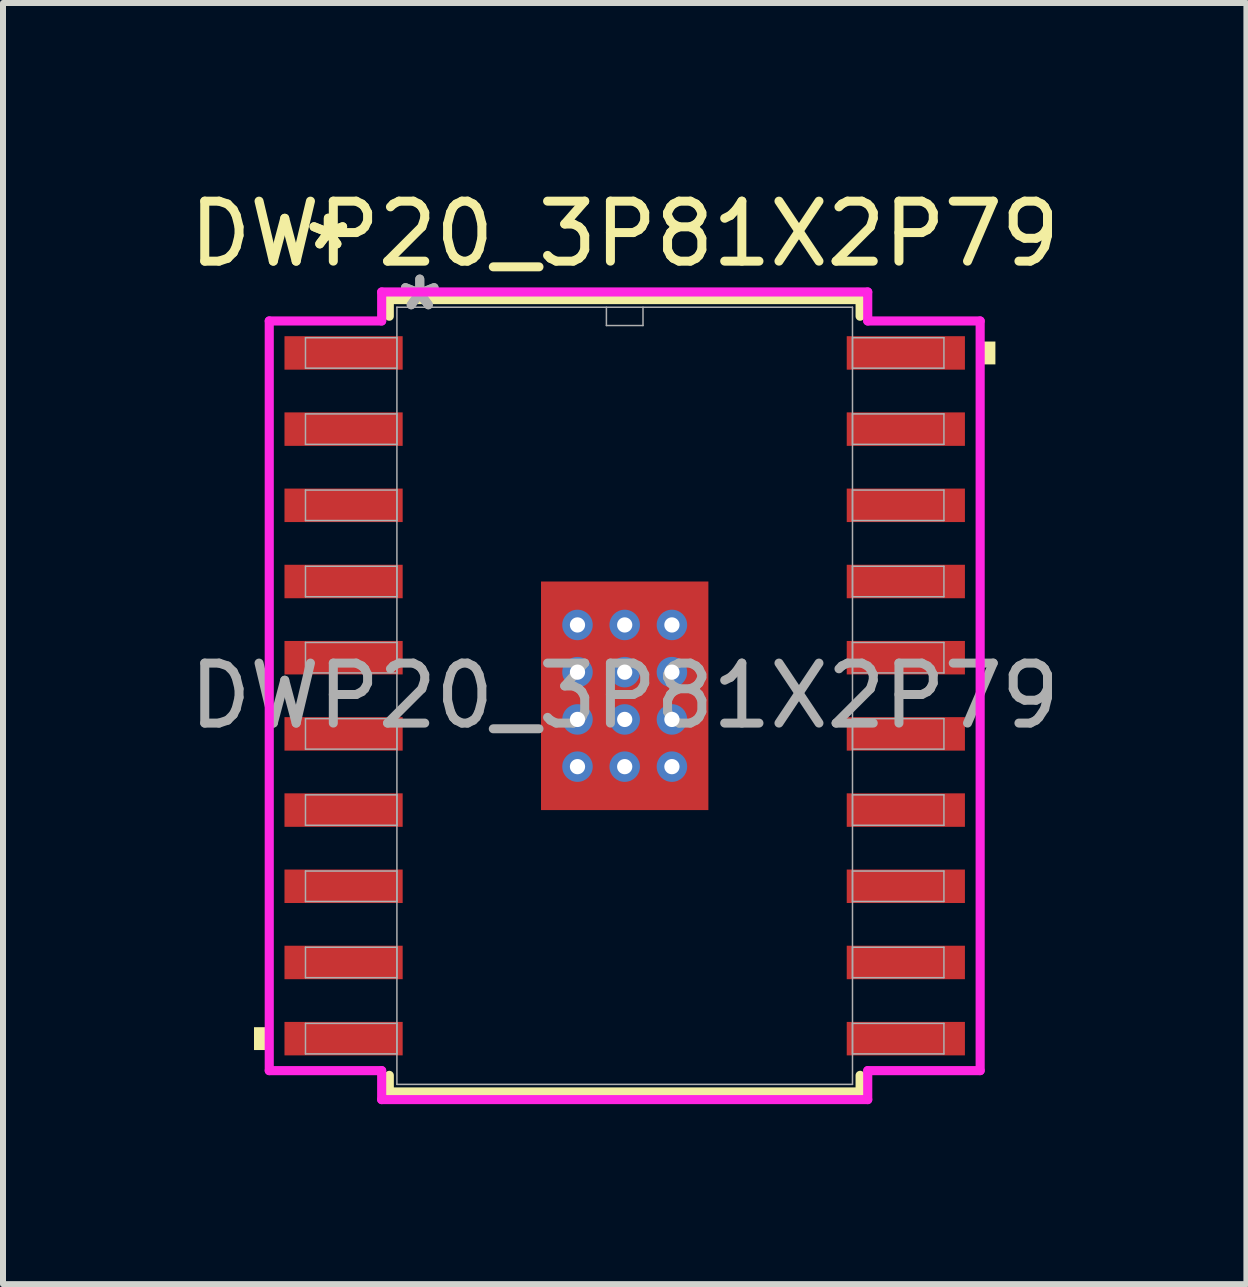
<source format=kicad_pcb>
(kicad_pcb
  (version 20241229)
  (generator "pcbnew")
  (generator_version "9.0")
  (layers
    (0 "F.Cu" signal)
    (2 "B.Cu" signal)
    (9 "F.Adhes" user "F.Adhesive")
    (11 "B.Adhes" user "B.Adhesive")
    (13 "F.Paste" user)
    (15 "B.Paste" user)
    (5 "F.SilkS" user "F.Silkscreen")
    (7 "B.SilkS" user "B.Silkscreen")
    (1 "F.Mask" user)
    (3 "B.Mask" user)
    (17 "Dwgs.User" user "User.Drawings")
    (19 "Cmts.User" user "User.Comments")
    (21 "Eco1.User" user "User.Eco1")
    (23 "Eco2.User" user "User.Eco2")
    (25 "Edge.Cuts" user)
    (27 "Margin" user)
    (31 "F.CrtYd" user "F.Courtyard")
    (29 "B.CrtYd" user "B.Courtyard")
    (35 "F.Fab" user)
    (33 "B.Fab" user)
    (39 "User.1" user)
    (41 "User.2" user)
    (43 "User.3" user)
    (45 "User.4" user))
  (footprint "DWP20_3P81X2P79"
    (layer "F.Cu")
    (at 7.363 8.548)
    (property "Reference" "DWP20_3P81X2P79" (at 0 -7.7 0) (unlocked yes) (layer "F.SilkS") (effects (font (size 1 1) (thickness 0.15))))
    (attr smd)
    (fp_poly (pts (xy -1.458 -1.968) (xy -0.987 -1.968) (xy -0.987 1.968) (xy -1.458 1.968)) (stroke (width 0) (type solid)) (fill yes) (layer "F.Mask"))
    (fp_poly (pts (xy -1.458 -1.968) (xy 1.458 -1.968) (xy 1.458 -1.381) (xy -1.458 -1.381)) (stroke (width 0) (type solid)) (fill yes) (layer "F.Mask"))
    (fp_poly (pts (xy -1.458 -0.981) (xy 1.458 -0.981) (xy 1.458 -0.594) (xy -1.458 -0.594)) (stroke (width 0) (type solid)) (fill yes) (layer "F.Mask"))
    (fp_poly (pts (xy -1.458 -0.194) (xy 1.458 -0.194) (xy 1.458 0.194) (xy -1.458 0.194)) (stroke (width 0) (type solid)) (fill yes) (layer "F.Mask"))
    (fp_poly (pts (xy -1.458 0.594) (xy 1.458 0.594) (xy 1.458 0.981) (xy -1.458 0.981)) (stroke (width 0) (type solid)) (fill yes) (layer "F.Mask"))
    (fp_poly (pts (xy -1.458 1.381) (xy 1.458 1.381) (xy 1.458 1.968) (xy -1.458 1.968)) (stroke (width 0) (type solid)) (fill yes) (layer "F.Mask"))
    (fp_poly (pts (xy -0.2 -1.968) (xy -0.587 -1.968) (xy -0.587 1.968) (xy -0.2 1.968)) (stroke (width 0) (type solid)) (fill yes) (layer "F.Mask"))
    (fp_poly (pts (xy 0.587 -1.968) (xy 0.2 -1.968) (xy 0.2 1.968) (xy 0.587 1.968)) (stroke (width 0) (type solid)) (fill yes) (layer "F.Mask"))
    (fp_poly (pts (xy 0.987 -1.968) (xy 1.458 -1.968) (xy 1.458 1.968) (xy 0.987 1.968)) (stroke (width 0) (type solid)) (fill yes) (layer "F.Mask"))
    (fp_line (start -3.924 -6.604) (end -3.924 -6.327) (stroke (width 0.152) (type solid)) (layer "F.SilkS"))
    (fp_line (start -3.924 6.327) (end -3.924 6.604) (stroke (width 0.152) (type solid)) (layer "F.SilkS"))
    (fp_line (start -3.924 6.604) (end 3.924 6.604) (stroke (width 0.152) (type solid)) (layer "F.SilkS"))
    (fp_line (start 3.924 -6.604) (end -3.924 -6.604) (stroke (width 0.152) (type solid)) (layer "F.SilkS"))
    (fp_line (start 3.924 -6.327) (end 3.924 -6.604) (stroke (width 0.152) (type solid)) (layer "F.SilkS"))
    (fp_line (start 3.924 6.604) (end 3.924 6.327) (stroke (width 0.152) (type solid)) (layer "F.SilkS"))
    (fp_poly (pts (xy -6.179 5.524) (xy -6.179 5.905) (xy -5.925 5.905) (xy -5.925 5.524)) (stroke (width 0) (type solid)) (fill yes) (layer "F.SilkS"))
    (fp_poly (pts (xy 6.179 -5.905) (xy 6.179 -5.524) (xy 5.925 -5.524) (xy 5.925 -5.905)) (stroke (width 0) (type solid)) (fill yes) (layer "F.SilkS"))
    (fp_poly (pts (xy -1.32 -1.83) (xy -1.32 -1.281) (xy -1.029 -1.281) (xy -0.887 -1.423) (xy -0.887 -1.83)) (stroke (width 0) (type solid)) (fill yes) (layer "F.Paste"))
    (fp_poly (pts (xy -1.32 1.281) (xy -1.32 1.83) (xy -0.887 1.83) (xy -0.887 1.423) (xy -1.029 1.281)) (stroke (width 0) (type solid)) (fill yes) (layer "F.Paste"))
    (fp_poly (pts (xy 0.887 -1.83) (xy 0.887 -1.423) (xy 1.029 -1.281) (xy 1.32 -1.281) (xy 1.32 -1.83)) (stroke (width 0) (type solid)) (fill yes) (layer "F.Paste"))
    (fp_poly (pts (xy 1.029 1.281) (xy 0.887 1.423) (xy 0.887 1.83) (xy 1.32 1.83) (xy 1.32 1.281)) (stroke (width 0) (type solid)) (fill yes) (layer "F.Paste"))
    (fp_poly (pts (xy -1.32 -1.081) (xy -1.32 -0.494) (xy -1.029 -0.494) (xy -0.887 -0.635) (xy -0.887 -0.94) (xy -1.029 -1.081)) (stroke (width 0) (type solid)) (fill yes) (layer "F.Paste"))
    (fp_poly (pts (xy -1.32 -0.294) (xy -1.32 0.294) (xy -1.029 0.294) (xy -0.887 0.152) (xy -0.887 -0.152) (xy -1.029 -0.294)) (stroke (width 0) (type solid)) (fill yes) (layer "F.Paste"))
    (fp_poly (pts (xy -1.32 0.494) (xy -1.32 1.081) (xy -1.029 1.081) (xy -0.887 0.94) (xy -0.887 0.635) (xy -1.029 0.494)) (stroke (width 0) (type solid)) (fill yes) (layer "F.Paste"))
    (fp_poly (pts (xy -0.687 -1.83) (xy -0.687 -1.423) (xy -0.546 -1.281) (xy -0.241 -1.281) (xy -0.1 -1.423) (xy -0.1 -1.83)) (stroke (width 0) (type solid)) (fill yes) (layer "F.Paste"))
    (fp_poly (pts (xy -0.546 1.281) (xy -0.687 1.423) (xy -0.687 1.83) (xy -0.1 1.83) (xy -0.1 1.423) (xy -0.241 1.281)) (stroke (width 0) (type solid)) (fill yes) (layer "F.Paste"))
    (fp_poly (pts (xy 0.1 -1.83) (xy 0.1 -1.423) (xy 0.241 -1.281) (xy 0.546 -1.281) (xy 0.687 -1.423) (xy 0.687 -1.83)) (stroke (width 0) (type solid)) (fill yes) (layer "F.Paste"))
    (fp_poly (pts (xy 0.241 1.281) (xy 0.1 1.423) (xy 0.1 1.83) (xy 0.687 1.83) (xy 0.687 1.423) (xy 0.546 1.281)) (stroke (width 0) (type solid)) (fill yes) (layer "F.Paste"))
    (fp_poly (pts (xy 1.029 -1.081) (xy 0.887 -0.94) (xy 0.887 -0.635) (xy 1.029 -0.494) (xy 1.32 -0.494) (xy 1.32 -1.081)) (stroke (width 0) (type solid)) (fill yes) (layer "F.Paste"))
    (fp_poly (pts (xy 1.029 -0.294) (xy 0.887 -0.152) (xy 0.887 0.152) (xy 1.029 0.294) (xy 1.32 0.294) (xy 1.32 -0.294)) (stroke (width 0) (type solid)) (fill yes) (layer "F.Paste"))
    (fp_poly (pts (xy 1.029 0.494) (xy 0.887 0.635) (xy 0.887 0.94) (xy 1.029 1.081) (xy 1.32 1.081) (xy 1.32 0.494)) (stroke (width 0) (type solid)) (fill yes) (layer "F.Paste"))
    (fp_poly (pts (xy -0.546 -1.081) (xy -0.687 -0.94) (xy -0.687 -0.635) (xy -0.546 -0.494) (xy -0.241 -0.494) (xy -0.1 -0.635) (xy -0.1 -0.94) (xy -0.241 -1.081)) (stroke (width 0) (type solid)) (fill yes) (layer "F.Paste"))
    (fp_poly (pts (xy -0.546 -0.294) (xy -0.687 -0.152) (xy -0.687 0.152) (xy -0.546 0.294) (xy -0.241 0.294) (xy -0.1 0.152) (xy -0.1 -0.152) (xy -0.241 -0.294)) (stroke (width 0) (type solid)) (fill yes) (layer "F.Paste"))
    (fp_poly (pts (xy -0.546 0.494) (xy -0.687 0.635) (xy -0.687 0.94) (xy -0.546 1.081) (xy -0.241 1.081) (xy -0.1 0.94) (xy -0.1 0.635) (xy -0.241 0.494)) (stroke (width 0) (type solid)) (fill yes) (layer "F.Paste"))
    (fp_poly (pts (xy 0.241 -1.081) (xy 0.1 -0.94) (xy 0.1 -0.635) (xy 0.241 -0.494) (xy 0.546 -0.494) (xy 0.687 -0.635) (xy 0.687 -0.94) (xy 0.546 -1.081)) (stroke (width 0) (type solid)) (fill yes) (layer "F.Paste"))
    (fp_poly (pts (xy 0.241 -0.294) (xy 0.1 -0.152) (xy 0.1 0.152) (xy 0.241 0.294) (xy 0.546 0.294) (xy 0.687 0.152) (xy 0.687 -0.152) (xy 0.546 -0.294)) (stroke (width 0) (type solid)) (fill yes) (layer "F.Paste"))
    (fp_poly (pts (xy 0.241 0.494) (xy 0.1 0.635) (xy 0.1 0.94) (xy 0.241 1.081) (xy 0.546 1.081) (xy 0.687 0.94) (xy 0.687 0.635) (xy 0.546 0.494)) (stroke (width 0) (type solid)) (fill yes) (layer "F.Paste"))
    (fp_line (start -5.925 -6.248) (end -4.051 -6.248) (stroke (width 0.152) (type solid)) (layer "F.CrtYd"))
    (fp_line (start -5.925 6.248) (end -5.925 -6.248) (stroke (width 0.152) (type solid)) (layer "F.CrtYd"))
    (fp_line (start -5.925 6.248) (end -4.051 6.248) (stroke (width 0.152) (type solid)) (layer "F.CrtYd"))
    (fp_line (start -4.051 -6.731) (end 4.051 -6.731) (stroke (width 0.152) (type solid)) (layer "F.CrtYd"))
    (fp_line (start -4.051 -6.248) (end -4.051 -6.731) (stroke (width 0.152) (type solid)) (layer "F.CrtYd"))
    (fp_line (start -4.051 6.731) (end -4.051 6.248) (stroke (width 0.152) (type solid)) (layer "F.CrtYd"))
    (fp_line (start 4.051 -6.731) (end 4.051 -6.248) (stroke (width 0.152) (type solid)) (layer "F.CrtYd"))
    (fp_line (start 4.051 6.248) (end 4.051 6.731) (stroke (width 0.152) (type solid)) (layer "F.CrtYd"))
    (fp_line (start 4.051 6.731) (end -4.051 6.731) (stroke (width 0.152) (type solid)) (layer "F.CrtYd"))
    (fp_line (start 5.925 -6.248) (end 4.051 -6.248) (stroke (width 0.152) (type solid)) (layer "F.CrtYd"))
    (fp_line (start 5.925 -6.248) (end 5.925 6.248) (stroke (width 0.152) (type solid)) (layer "F.CrtYd"))
    (fp_line (start 5.925 6.248) (end 4.051 6.248) (stroke (width 0.152) (type solid)) (layer "F.CrtYd"))
    (fp_line (start -5.321 -5.969) (end -5.321 -5.461) (stroke (width 0.025) (type solid)) (layer "F.Fab"))
    (fp_line (start -5.321 -5.461) (end -3.797 -5.461) (stroke (width 0.025) (type solid)) (layer "F.Fab"))
    (fp_line (start -5.321 -4.699) (end -5.321 -4.191) (stroke (width 0.025) (type solid)) (layer "F.Fab"))
    (fp_line (start -5.321 -4.191) (end -3.797 -4.191) (stroke (width 0.025) (type solid)) (layer "F.Fab"))
    (fp_line (start -5.321 -3.429) (end -5.321 -2.921) (stroke (width 0.025) (type solid)) (layer "F.Fab"))
    (fp_line (start -5.321 -2.921) (end -3.797 -2.921) (stroke (width 0.025) (type solid)) (layer "F.Fab"))
    (fp_line (start -5.321 -2.159) (end -5.321 -1.651) (stroke (width 0.025) (type solid)) (layer "F.Fab"))
    (fp_line (start -5.321 -1.651) (end -3.797 -1.651) (stroke (width 0.025) (type solid)) (layer "F.Fab"))
    (fp_line (start -5.321 -0.889) (end -5.321 -0.381) (stroke (width 0.025) (type solid)) (layer "F.Fab"))
    (fp_line (start -5.321 -0.381) (end -3.797 -0.381) (stroke (width 0.025) (type solid)) (layer "F.Fab"))
    (fp_line (start -5.321 0.381) (end -5.321 0.889) (stroke (width 0.025) (type solid)) (layer "F.Fab"))
    (fp_line (start -5.321 0.889) (end -3.797 0.889) (stroke (width 0.025) (type solid)) (layer "F.Fab"))
    (fp_line (start -5.321 1.651) (end -5.321 2.159) (stroke (width 0.025) (type solid)) (layer "F.Fab"))
    (fp_line (start -5.321 2.159) (end -3.797 2.159) (stroke (width 0.025) (type solid)) (layer "F.Fab"))
    (fp_line (start -5.321 2.921) (end -5.321 3.429) (stroke (width 0.025) (type solid)) (layer "F.Fab"))
    (fp_line (start -5.321 3.429) (end -3.797 3.429) (stroke (width 0.025) (type solid)) (layer "F.Fab"))
    (fp_line (start -5.321 4.191) (end -5.321 4.699) (stroke (width 0.025) (type solid)) (layer "F.Fab"))
    (fp_line (start -5.321 4.699) (end -3.797 4.699) (stroke (width 0.025) (type solid)) (layer "F.Fab"))
    (fp_line (start -5.321 5.461) (end -5.321 5.969) (stroke (width 0.025) (type solid)) (layer "F.Fab"))
    (fp_line (start -5.321 5.969) (end -3.797 5.969) (stroke (width 0.025) (type solid)) (layer "F.Fab"))
    (fp_line (start -3.797 -6.477) (end -3.797 6.477) (stroke (width 0.025) (type solid)) (layer "F.Fab"))
    (fp_line (start -3.797 -5.969) (end -5.321 -5.969) (stroke (width 0.025) (type solid)) (layer "F.Fab"))
    (fp_line (start -3.797 -5.461) (end -3.797 -5.969) (stroke (width 0.025) (type solid)) (layer "F.Fab"))
    (fp_line (start -3.797 -4.699) (end -5.321 -4.699) (stroke (width 0.025) (type solid)) (layer "F.Fab"))
    (fp_line (start -3.797 -4.191) (end -3.797 -4.699) (stroke (width 0.025) (type solid)) (layer "F.Fab"))
    (fp_line (start -3.797 -3.429) (end -5.321 -3.429) (stroke (width 0.025) (type solid)) (layer "F.Fab"))
    (fp_line (start -3.797 -2.921) (end -3.797 -3.429) (stroke (width 0.025) (type solid)) (layer "F.Fab"))
    (fp_line (start -3.797 -2.159) (end -5.321 -2.159) (stroke (width 0.025) (type solid)) (layer "F.Fab"))
    (fp_line (start -3.797 -1.651) (end -3.797 -2.159) (stroke (width 0.025) (type solid)) (layer "F.Fab"))
    (fp_line (start -3.797 -0.889) (end -5.321 -0.889) (stroke (width 0.025) (type solid)) (layer "F.Fab"))
    (fp_line (start -3.797 -0.381) (end -3.797 -0.889) (stroke (width 0.025) (type solid)) (layer "F.Fab"))
    (fp_line (start -3.797 0.381) (end -5.321 0.381) (stroke (width 0.025) (type solid)) (layer "F.Fab"))
    (fp_line (start -3.797 0.889) (end -3.797 0.381) (stroke (width 0.025) (type solid)) (layer "F.Fab"))
    (fp_line (start -3.797 1.651) (end -5.321 1.651) (stroke (width 0.025) (type solid)) (layer "F.Fab"))
    (fp_line (start -3.797 2.159) (end -3.797 1.651) (stroke (width 0.025) (type solid)) (layer "F.Fab"))
    (fp_line (start -3.797 2.921) (end -5.321 2.921) (stroke (width 0.025) (type solid)) (layer "F.Fab"))
    (fp_line (start -3.797 3.429) (end -3.797 2.921) (stroke (width 0.025) (type solid)) (layer "F.Fab"))
    (fp_line (start -3.797 4.191) (end -5.321 4.191) (stroke (width 0.025) (type solid)) (layer "F.Fab"))
    (fp_line (start -3.797 4.699) (end -3.797 4.191) (stroke (width 0.025) (type solid)) (layer "F.Fab"))
    (fp_line (start -3.797 5.461) (end -5.321 5.461) (stroke (width 0.025) (type solid)) (layer "F.Fab"))
    (fp_line (start -3.797 5.969) (end -3.797 5.461) (stroke (width 0.025) (type solid)) (layer "F.Fab"))
    (fp_line (start -3.797 6.477) (end 3.797 6.477) (stroke (width 0.025) (type solid)) (layer "F.Fab"))
    (fp_line (start -0.305 -6.172) (end -0.305 -6.477) (stroke (width 0.025) (type solid)) (layer "F.Fab"))
    (fp_line (start 0.305 -6.477) (end 0.305 -6.172) (stroke (width 0.025) (type solid)) (layer "F.Fab"))
    (fp_line (start 0.305 -6.172) (end -0.305 -6.172) (stroke (width 0.025) (type solid)) (layer "F.Fab"))
    (fp_line (start 3.797 -6.477) (end -3.797 -6.477) (stroke (width 0.025) (type solid)) (layer "F.Fab"))
    (fp_line (start 3.797 -5.969) (end 3.797 -5.461) (stroke (width 0.025) (type solid)) (layer "F.Fab"))
    (fp_line (start 3.797 -5.461) (end 5.321 -5.461) (stroke (width 0.025) (type solid)) (layer "F.Fab"))
    (fp_line (start 3.797 -4.699) (end 3.797 -4.191) (stroke (width 0.025) (type solid)) (layer "F.Fab"))
    (fp_line (start 3.797 -4.191) (end 5.321 -4.191) (stroke (width 0.025) (type solid)) (layer "F.Fab"))
    (fp_line (start 3.797 -3.429) (end 3.797 -2.921) (stroke (width 0.025) (type solid)) (layer "F.Fab"))
    (fp_line (start 3.797 -2.921) (end 5.321 -2.921) (stroke (width 0.025) (type solid)) (layer "F.Fab"))
    (fp_line (start 3.797 -2.159) (end 3.797 -1.651) (stroke (width 0.025) (type solid)) (layer "F.Fab"))
    (fp_line (start 3.797 -1.651) (end 5.321 -1.651) (stroke (width 0.025) (type solid)) (layer "F.Fab"))
    (fp_line (start 3.797 -0.889) (end 3.797 -0.381) (stroke (width 0.025) (type solid)) (layer "F.Fab"))
    (fp_line (start 3.797 -0.381) (end 5.321 -0.381) (stroke (width 0.025) (type solid)) (layer "F.Fab"))
    (fp_line (start 3.797 0.381) (end 3.797 0.889) (stroke (width 0.025) (type solid)) (layer "F.Fab"))
    (fp_line (start 3.797 0.889) (end 5.321 0.889) (stroke (width 0.025) (type solid)) (layer "F.Fab"))
    (fp_line (start 3.797 1.651) (end 3.797 2.159) (stroke (width 0.025) (type solid)) (layer "F.Fab"))
    (fp_line (start 3.797 2.159) (end 5.321 2.159) (stroke (width 0.025) (type solid)) (layer "F.Fab"))
    (fp_line (start 3.797 2.921) (end 3.797 3.429) (stroke (width 0.025) (type solid)) (layer "F.Fab"))
    (fp_line (start 3.797 3.429) (end 5.321 3.429) (stroke (width 0.025) (type solid)) (layer "F.Fab"))
    (fp_line (start 3.797 4.191) (end 3.797 4.699) (stroke (width 0.025) (type solid)) (layer "F.Fab"))
    (fp_line (start 3.797 4.699) (end 5.321 4.699) (stroke (width 0.025) (type solid)) (layer "F.Fab"))
    (fp_line (start 3.797 5.461) (end 3.797 5.969) (stroke (width 0.025) (type solid)) (layer "F.Fab"))
    (fp_line (start 3.797 5.969) (end 5.321 5.969) (stroke (width 0.025) (type solid)) (layer "F.Fab"))
    (fp_line (start 3.797 6.477) (end 3.797 -6.477) (stroke (width 0.025) (type solid)) (layer "F.Fab"))
    (fp_line (start 5.321 -5.969) (end 3.797 -5.969) (stroke (width 0.025) (type solid)) (layer "F.Fab"))
    (fp_line (start 5.321 -5.461) (end 5.321 -5.969) (stroke (width 0.025) (type solid)) (layer "F.Fab"))
    (fp_line (start 5.321 -4.699) (end 3.797 -4.699) (stroke (width 0.025) (type solid)) (layer "F.Fab"))
    (fp_line (start 5.321 -4.191) (end 5.321 -4.699) (stroke (width 0.025) (type solid)) (layer "F.Fab"))
    (fp_line (start 5.321 -3.429) (end 3.797 -3.429) (stroke (width 0.025) (type solid)) (layer "F.Fab"))
    (fp_line (start 5.321 -2.921) (end 5.321 -3.429) (stroke (width 0.025) (type solid)) (layer "F.Fab"))
    (fp_line (start 5.321 -2.159) (end 3.797 -2.159) (stroke (width 0.025) (type solid)) (layer "F.Fab"))
    (fp_line (start 5.321 -1.651) (end 5.321 -2.159) (stroke (width 0.025) (type solid)) (layer "F.Fab"))
    (fp_line (start 5.321 -0.889) (end 3.797 -0.889) (stroke (width 0.025) (type solid)) (layer "F.Fab"))
    (fp_line (start 5.321 -0.381) (end 5.321 -0.889) (stroke (width 0.025) (type solid)) (layer "F.Fab"))
    (fp_line (start 5.321 0.381) (end 3.797 0.381) (stroke (width 0.025) (type solid)) (layer "F.Fab"))
    (fp_line (start 5.321 0.889) (end 5.321 0.381) (stroke (width 0.025) (type solid)) (layer "F.Fab"))
    (fp_line (start 5.321 1.651) (end 3.797 1.651) (stroke (width 0.025) (type solid)) (layer "F.Fab"))
    (fp_line (start 5.321 2.159) (end 5.321 1.651) (stroke (width 0.025) (type solid)) (layer "F.Fab"))
    (fp_line (start 5.321 2.921) (end 3.797 2.921) (stroke (width 0.025) (type solid)) (layer "F.Fab"))
    (fp_line (start 5.321 3.429) (end 5.321 2.921) (stroke (width 0.025) (type solid)) (layer "F.Fab"))
    (fp_line (start 5.321 4.191) (end 3.797 4.191) (stroke (width 0.025) (type solid)) (layer "F.Fab"))
    (fp_line (start 5.321 4.699) (end 5.321 4.191) (stroke (width 0.025) (type solid)) (layer "F.Fab"))
    (fp_line (start 5.321 5.461) (end 3.797 5.461) (stroke (width 0.025) (type solid)) (layer "F.Fab"))
    (fp_line (start 5.321 5.969) (end 5.321 5.461) (stroke (width 0.025) (type solid)) (layer "F.Fab"))
    (fp_text user "*" (at -4.94 -7.416 0) (unlocked yes) (layer "F.SilkS") (effects (font (size 1 1) (thickness 0.15))))
    (fp_text user "*" (at -4.94 -7.416 0) (layer "F.SilkS") (effects (font (size 1 1) (thickness 0.15))))
    (fp_text user "*" (at -3.416 -6.401 0) (unlocked yes) (layer "F.Fab") (effects (font (size 1 1) (thickness 0.15))))
    (fp_text user "${REFERENCE}" (at 0 0 0) (unlocked yes) (layer "F.Fab") (effects (font (size 1 1) (thickness 0.15))))
    (fp_text user "*" (at -3.416 -6.401 0) (layer "F.Fab") (effects (font (size 1 1) (thickness 0.15))))
    (pad "1" smd rect (at -4.686 -5.715) (size 1.97 0.558) (layers "F.Cu" "F.Mask" "F.Paste"))
    (pad "2" smd rect (at -4.686 -4.445) (size 1.97 0.558) (layers "F.Cu" "F.Mask" "F.Paste"))
    (pad "3" smd rect (at -4.686 -3.175) (size 1.97 0.558) (layers "F.Cu" "F.Mask" "F.Paste"))
    (pad "4" smd rect (at -4.686 -1.905) (size 1.97 0.558) (layers "F.Cu" "F.Mask" "F.Paste"))
    (pad "5" smd rect (at -4.686 -0.635) (size 1.97 0.558) (layers "F.Cu" "F.Mask" "F.Paste"))
    (pad "6" smd rect (at -4.686 0.635) (size 1.97 0.558) (layers "F.Cu" "F.Mask" "F.Paste"))
    (pad "7" smd rect (at -4.686 1.905) (size 1.97 0.558) (layers "F.Cu" "F.Mask" "F.Paste"))
    (pad "8" smd rect (at -4.686 3.175) (size 1.97 0.558) (layers "F.Cu" "F.Mask" "F.Paste"))
    (pad "9" smd rect (at -4.686 4.445) (size 1.97 0.558) (layers "F.Cu" "F.Mask" "F.Paste"))
    (pad "10" smd rect (at -4.686 5.715) (size 1.97 0.558) (layers "F.Cu" "F.Mask" "F.Paste"))
    (pad "11" smd rect (at 4.686 5.715) (size 1.97 0.558) (layers "F.Cu" "F.Mask" "F.Paste"))
    (pad "12" smd rect (at 4.686 4.445) (size 1.97 0.558) (layers "F.Cu" "F.Mask" "F.Paste"))
    (pad "13" smd rect (at 4.686 3.175) (size 1.97 0.558) (layers "F.Cu" "F.Mask" "F.Paste"))
    (pad "14" smd rect (at 4.686 1.905) (size 1.97 0.558) (layers "F.Cu" "F.Mask" "F.Paste"))
    (pad "15" smd rect (at 4.686 0.635) (size 1.97 0.558) (layers "F.Cu" "F.Mask" "F.Paste"))
    (pad "16" smd rect (at 4.686 -0.635) (size 1.97 0.558) (layers "F.Cu" "F.Mask" "F.Paste"))
    (pad "17" smd rect (at 4.686 -1.905) (size 1.97 0.558) (layers "F.Cu" "F.Mask" "F.Paste"))
    (pad "18" smd rect (at 4.686 -3.175) (size 1.97 0.558) (layers "F.Cu" "F.Mask" "F.Paste"))
    (pad "19" smd rect (at 4.686 -4.445) (size 1.97 0.558) (layers "F.Cu" "F.Mask" "F.Paste"))
    (pad "20" smd rect (at 4.686 -5.715) (size 1.97 0.558) (layers "F.Cu" "F.Mask" "F.Paste"))
    (pad "EPAD" smd rect (at 0 0) (size 2.79 3.81) (layers "F.Cu"))
    (pad "V" thru_hole circle (at -0.787 -1.181) (size 0.508 0.508) (drill 0.254) (layers "*.Cu" "*.Mask"))
    (pad "V" thru_hole circle (at -0.787 -0.394) (size 0.508 0.508) (drill 0.254) (layers "*.Cu" "*.Mask"))
    (pad "V" thru_hole circle (at -0.787 0.394) (size 0.508 0.508) (drill 0.254) (layers "*.Cu" "*.Mask"))
    (pad "V" thru_hole circle (at -0.787 1.181) (size 0.508 0.508) (drill 0.254) (layers "*.Cu" "*.Mask"))
    (pad "V" thru_hole circle (at 0 -1.181) (size 0.508 0.508) (drill 0.254) (layers "*.Cu" "*.Mask"))
    (pad "V" thru_hole circle (at 0 -0.394) (size 0.508 0.508) (drill 0.254) (layers "*.Cu" "*.Mask"))
    (pad "V" thru_hole circle (at 0 0.394) (size 0.508 0.508) (drill 0.254) (layers "*.Cu" "*.Mask"))
    (pad "V" thru_hole circle (at 0 1.181) (size 0.508 0.508) (drill 0.254) (layers "*.Cu" "*.Mask"))
    (pad "V" thru_hole circle (at 0.787 -1.181) (size 0.508 0.508) (drill 0.254) (layers "*.Cu" "*.Mask"))
    (pad "V" thru_hole circle (at 0.787 -0.394) (size 0.508 0.508) (drill 0.254) (layers "*.Cu" "*.Mask"))
    (pad "V" thru_hole circle (at 0.787 0.394) (size 0.508 0.508) (drill 0.254) (layers "*.Cu" "*.Mask"))
    (pad "V" thru_hole circle (at 0.787 1.181) (size 0.508 0.508) (drill 0.254) (layers "*.Cu" "*.Mask")))
  (gr_rect
    (start -3 -3)
    (end 17.726 18.355)
    (stroke (width 0.1) (type default))
    (fill no)
    (layer "Edge.Cuts")))
</source>
